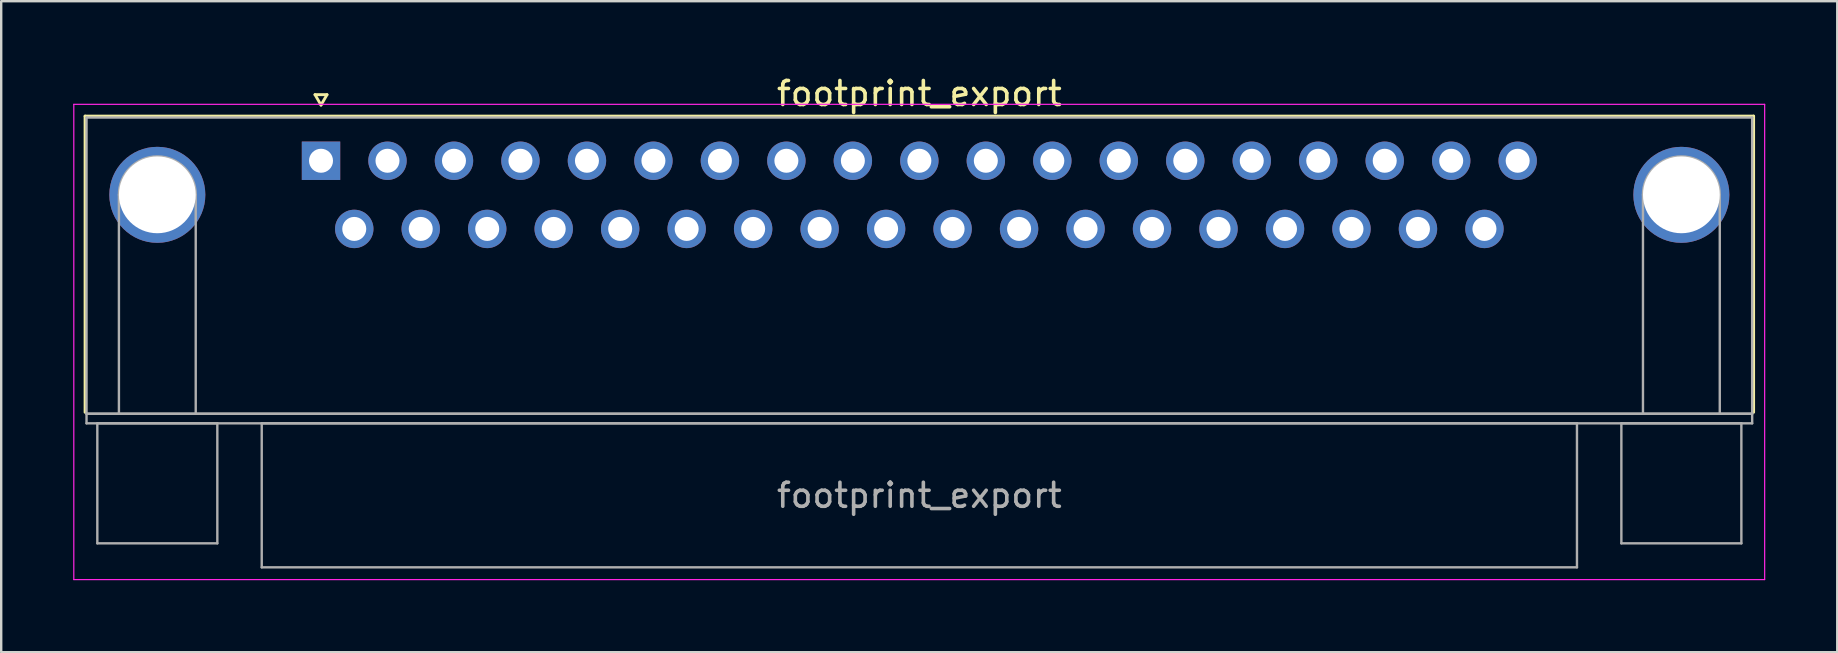
<source format=kicad_pcb>
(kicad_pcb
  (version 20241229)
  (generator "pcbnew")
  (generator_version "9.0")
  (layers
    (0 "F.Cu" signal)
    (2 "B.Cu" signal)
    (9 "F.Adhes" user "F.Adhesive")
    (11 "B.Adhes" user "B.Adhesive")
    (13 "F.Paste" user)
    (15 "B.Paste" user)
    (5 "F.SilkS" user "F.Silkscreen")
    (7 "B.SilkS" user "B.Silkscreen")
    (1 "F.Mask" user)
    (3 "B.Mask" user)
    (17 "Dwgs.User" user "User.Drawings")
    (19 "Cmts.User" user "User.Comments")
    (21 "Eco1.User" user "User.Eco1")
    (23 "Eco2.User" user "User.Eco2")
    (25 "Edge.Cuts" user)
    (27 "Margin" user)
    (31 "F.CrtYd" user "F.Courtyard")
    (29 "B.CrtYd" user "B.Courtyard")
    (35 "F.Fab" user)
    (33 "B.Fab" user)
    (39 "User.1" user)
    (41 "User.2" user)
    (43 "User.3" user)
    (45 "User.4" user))
  (footprint "footprint_export"
    (layer "F.Cu")
    (at 10.325 3.648)
    (property "Reference" "footprint_export" (at 24.93 -2.8 0) (layer "F.SilkS") (effects (font (size 1 1) (thickness 0.15))))
    (attr through_hole)
    (fp_line (start -9.83 -1.86) (end 59.69 -1.86) (stroke (width 0.12) (type solid)) (layer "F.SilkS"))
    (fp_line (start -9.83 10.48) (end -9.83 -1.86) (stroke (width 0.12) (type solid)) (layer "F.SilkS"))
    (fp_line (start -0.25 -2.754) (end 0.25 -2.754) (stroke (width 0.12) (type solid)) (layer "F.SilkS"))
    (fp_line (start 0 -2.321) (end -0.25 -2.754) (stroke (width 0.12) (type solid)) (layer "F.SilkS"))
    (fp_line (start 0.25 -2.754) (end 0 -2.321) (stroke (width 0.12) (type solid)) (layer "F.SilkS"))
    (fp_line (start 59.69 -1.86) (end 59.69 10.48) (stroke (width 0.12) (type solid)) (layer "F.SilkS"))
    (fp_line (start -10.3 -2.35) (end -10.3 17.45) (stroke (width 0.05) (type solid)) (layer "F.CrtYd"))
    (fp_line (start -10.3 17.45) (end 60.15 17.45) (stroke (width 0.05) (type solid)) (layer "F.CrtYd"))
    (fp_line (start 60.15 -2.35) (end -10.3 -2.35) (stroke (width 0.05) (type solid)) (layer "F.CrtYd"))
    (fp_line (start 60.15 17.45) (end 60.15 -2.35) (stroke (width 0.05) (type solid)) (layer "F.CrtYd"))
    (fp_line (start -9.77 -1.8) (end -9.77 10.54) (stroke (width 0.1) (type solid)) (layer "F.Fab"))
    (fp_line (start -9.77 10.54) (end -9.77 10.94) (stroke (width 0.1) (type solid)) (layer "F.Fab"))
    (fp_line (start -9.77 10.54) (end 59.63 10.54) (stroke (width 0.1) (type solid)) (layer "F.Fab"))
    (fp_line (start -9.77 10.94) (end 59.63 10.94) (stroke (width 0.1) (type solid)) (layer "F.Fab"))
    (fp_line (start -9.32 10.94) (end -9.32 15.94) (stroke (width 0.1) (type solid)) (layer "F.Fab"))
    (fp_line (start -9.32 15.94) (end -4.32 15.94) (stroke (width 0.1) (type solid)) (layer "F.Fab"))
    (fp_line (start -8.42 10.54) (end -8.42 1.42) (stroke (width 0.1) (type solid)) (layer "F.Fab"))
    (fp_line (start -5.22 10.54) (end -5.22 1.42) (stroke (width 0.1) (type solid)) (layer "F.Fab"))
    (fp_line (start -4.32 10.94) (end -9.32 10.94) (stroke (width 0.1) (type solid)) (layer "F.Fab"))
    (fp_line (start -4.32 15.94) (end -4.32 10.94) (stroke (width 0.1) (type solid)) (layer "F.Fab"))
    (fp_line (start -2.47 10.94) (end -2.47 16.94) (stroke (width 0.1) (type solid)) (layer "F.Fab"))
    (fp_line (start -2.47 16.94) (end 52.33 16.94) (stroke (width 0.1) (type solid)) (layer "F.Fab"))
    (fp_line (start 52.33 10.94) (end -2.47 10.94) (stroke (width 0.1) (type solid)) (layer "F.Fab"))
    (fp_line (start 52.33 16.94) (end 52.33 10.94) (stroke (width 0.1) (type solid)) (layer "F.Fab"))
    (fp_line (start 54.18 10.94) (end 54.18 15.94) (stroke (width 0.1) (type solid)) (layer "F.Fab"))
    (fp_line (start 54.18 15.94) (end 59.18 15.94) (stroke (width 0.1) (type solid)) (layer "F.Fab"))
    (fp_line (start 55.08 10.54) (end 55.08 1.42) (stroke (width 0.1) (type solid)) (layer "F.Fab"))
    (fp_line (start 58.28 10.54) (end 58.28 1.42) (stroke (width 0.1) (type solid)) (layer "F.Fab"))
    (fp_line (start 59.18 10.94) (end 54.18 10.94) (stroke (width 0.1) (type solid)) (layer "F.Fab"))
    (fp_line (start 59.18 15.94) (end 59.18 10.94) (stroke (width 0.1) (type solid)) (layer "F.Fab"))
    (fp_line (start 59.63 -1.8) (end -9.77 -1.8) (stroke (width 0.1) (type solid)) (layer "F.Fab"))
    (fp_line (start 59.63 10.54) (end -9.77 10.54) (stroke (width 0.1) (type solid)) (layer "F.Fab"))
    (fp_line (start 59.63 10.54) (end 59.63 -1.8) (stroke (width 0.1) (type solid)) (layer "F.Fab"))
    (fp_line (start 59.63 10.94) (end 59.63 10.54) (stroke (width 0.1) (type solid)) (layer "F.Fab"))
    (fp_arc (start -8.42 1.42) (mid -6.82 -0.18) (end -5.22 1.42) (stroke (width 0.1) (type solid)) (layer "F.Fab"))
    (fp_arc (start 55.08 1.42) (mid 56.68 -0.18) (end 58.28 1.42) (stroke (width 0.1) (type solid)) (layer "F.Fab"))
    (fp_text user "${REFERENCE}" (at 24.93 13.94 0) (layer "F.Fab") (effects (font (size 1 1) (thickness 0.15))))
    (pad "0" thru_hole circle (at -6.82 1.42) (size 4 4) (drill 3.2) (layers "*.Cu" "*.Mask"))
    (pad "0" thru_hole circle (at 56.68 1.42) (size 4 4) (drill 3.2) (layers "*.Cu" "*.Mask"))
    (pad "1" thru_hole rect (at 0 0) (size 1.6 1.6) (drill 1) (layers "*.Cu" "*.Mask"))
    (pad "2" thru_hole circle (at 2.77 0) (size 1.6 1.6) (drill 1) (layers "*.Cu" "*.Mask"))
    (pad "3" thru_hole circle (at 5.54 0) (size 1.6 1.6) (drill 1) (layers "*.Cu" "*.Mask"))
    (pad "4" thru_hole circle (at 8.31 0) (size 1.6 1.6) (drill 1) (layers "*.Cu" "*.Mask"))
    (pad "5" thru_hole circle (at 11.08 0) (size 1.6 1.6) (drill 1) (layers "*.Cu" "*.Mask"))
    (pad "6" thru_hole circle (at 13.85 0) (size 1.6 1.6) (drill 1) (layers "*.Cu" "*.Mask"))
    (pad "7" thru_hole circle (at 16.62 0) (size 1.6 1.6) (drill 1) (layers "*.Cu" "*.Mask"))
    (pad "8" thru_hole circle (at 19.39 0) (size 1.6 1.6) (drill 1) (layers "*.Cu" "*.Mask"))
    (pad "9" thru_hole circle (at 22.16 0) (size 1.6 1.6) (drill 1) (layers "*.Cu" "*.Mask"))
    (pad "10" thru_hole circle (at 24.93 0) (size 1.6 1.6) (drill 1) (layers "*.Cu" "*.Mask"))
    (pad "11" thru_hole circle (at 27.7 0) (size 1.6 1.6) (drill 1) (layers "*.Cu" "*.Mask"))
    (pad "12" thru_hole circle (at 30.47 0) (size 1.6 1.6) (drill 1) (layers "*.Cu" "*.Mask"))
    (pad "13" thru_hole circle (at 33.24 0) (size 1.6 1.6) (drill 1) (layers "*.Cu" "*.Mask"))
    (pad "14" thru_hole circle (at 36.01 0) (size 1.6 1.6) (drill 1) (layers "*.Cu" "*.Mask"))
    (pad "15" thru_hole circle (at 38.78 0) (size 1.6 1.6) (drill 1) (layers "*.Cu" "*.Mask"))
    (pad "16" thru_hole circle (at 41.55 0) (size 1.6 1.6) (drill 1) (layers "*.Cu" "*.Mask"))
    (pad "17" thru_hole circle (at 44.32 0) (size 1.6 1.6) (drill 1) (layers "*.Cu" "*.Mask"))
    (pad "18" thru_hole circle (at 47.09 0) (size 1.6 1.6) (drill 1) (layers "*.Cu" "*.Mask"))
    (pad "19" thru_hole circle (at 49.86 0) (size 1.6 1.6) (drill 1) (layers "*.Cu" "*.Mask"))
    (pad "20" thru_hole circle (at 1.385 2.84) (size 1.6 1.6) (drill 1) (layers "*.Cu" "*.Mask"))
    (pad "21" thru_hole circle (at 4.155 2.84) (size 1.6 1.6) (drill 1) (layers "*.Cu" "*.Mask"))
    (pad "22" thru_hole circle (at 6.925 2.84) (size 1.6 1.6) (drill 1) (layers "*.Cu" "*.Mask"))
    (pad "23" thru_hole circle (at 9.695 2.84) (size 1.6 1.6) (drill 1) (layers "*.Cu" "*.Mask"))
    (pad "24" thru_hole circle (at 12.465 2.84) (size 1.6 1.6) (drill 1) (layers "*.Cu" "*.Mask"))
    (pad "25" thru_hole circle (at 15.235 2.84) (size 1.6 1.6) (drill 1) (layers "*.Cu" "*.Mask"))
    (pad "26" thru_hole circle (at 18.005 2.84) (size 1.6 1.6) (drill 1) (layers "*.Cu" "*.Mask"))
    (pad "27" thru_hole circle (at 20.775 2.84) (size 1.6 1.6) (drill 1) (layers "*.Cu" "*.Mask"))
    (pad "28" thru_hole circle (at 23.545 2.84) (size 1.6 1.6) (drill 1) (layers "*.Cu" "*.Mask"))
    (pad "29" thru_hole circle (at 26.315 2.84) (size 1.6 1.6) (drill 1) (layers "*.Cu" "*.Mask"))
    (pad "30" thru_hole circle (at 29.085 2.84) (size 1.6 1.6) (drill 1) (layers "*.Cu" "*.Mask"))
    (pad "31" thru_hole circle (at 31.855 2.84) (size 1.6 1.6) (drill 1) (layers "*.Cu" "*.Mask"))
    (pad "32" thru_hole circle (at 34.625 2.84) (size 1.6 1.6) (drill 1) (layers "*.Cu" "*.Mask"))
    (pad "33" thru_hole circle (at 37.395 2.84) (size 1.6 1.6) (drill 1) (layers "*.Cu" "*.Mask"))
    (pad "34" thru_hole circle (at 40.165 2.84) (size 1.6 1.6) (drill 1) (layers "*.Cu" "*.Mask"))
    (pad "35" thru_hole circle (at 42.935 2.84) (size 1.6 1.6) (drill 1) (layers "*.Cu" "*.Mask"))
    (pad "36" thru_hole circle (at 45.705 2.84) (size 1.6 1.6) (drill 1) (layers "*.Cu" "*.Mask"))
    (pad "37" thru_hole circle (at 48.475 2.84) (size 1.6 1.6) (drill 1) (layers "*.Cu" "*.Mask")))
  (gr_rect
    (start -3 -3)
    (end 73.5 24.123)
    (stroke (width 0.1) (type default))
    (fill no)
    (layer "Edge.Cuts")))
</source>
